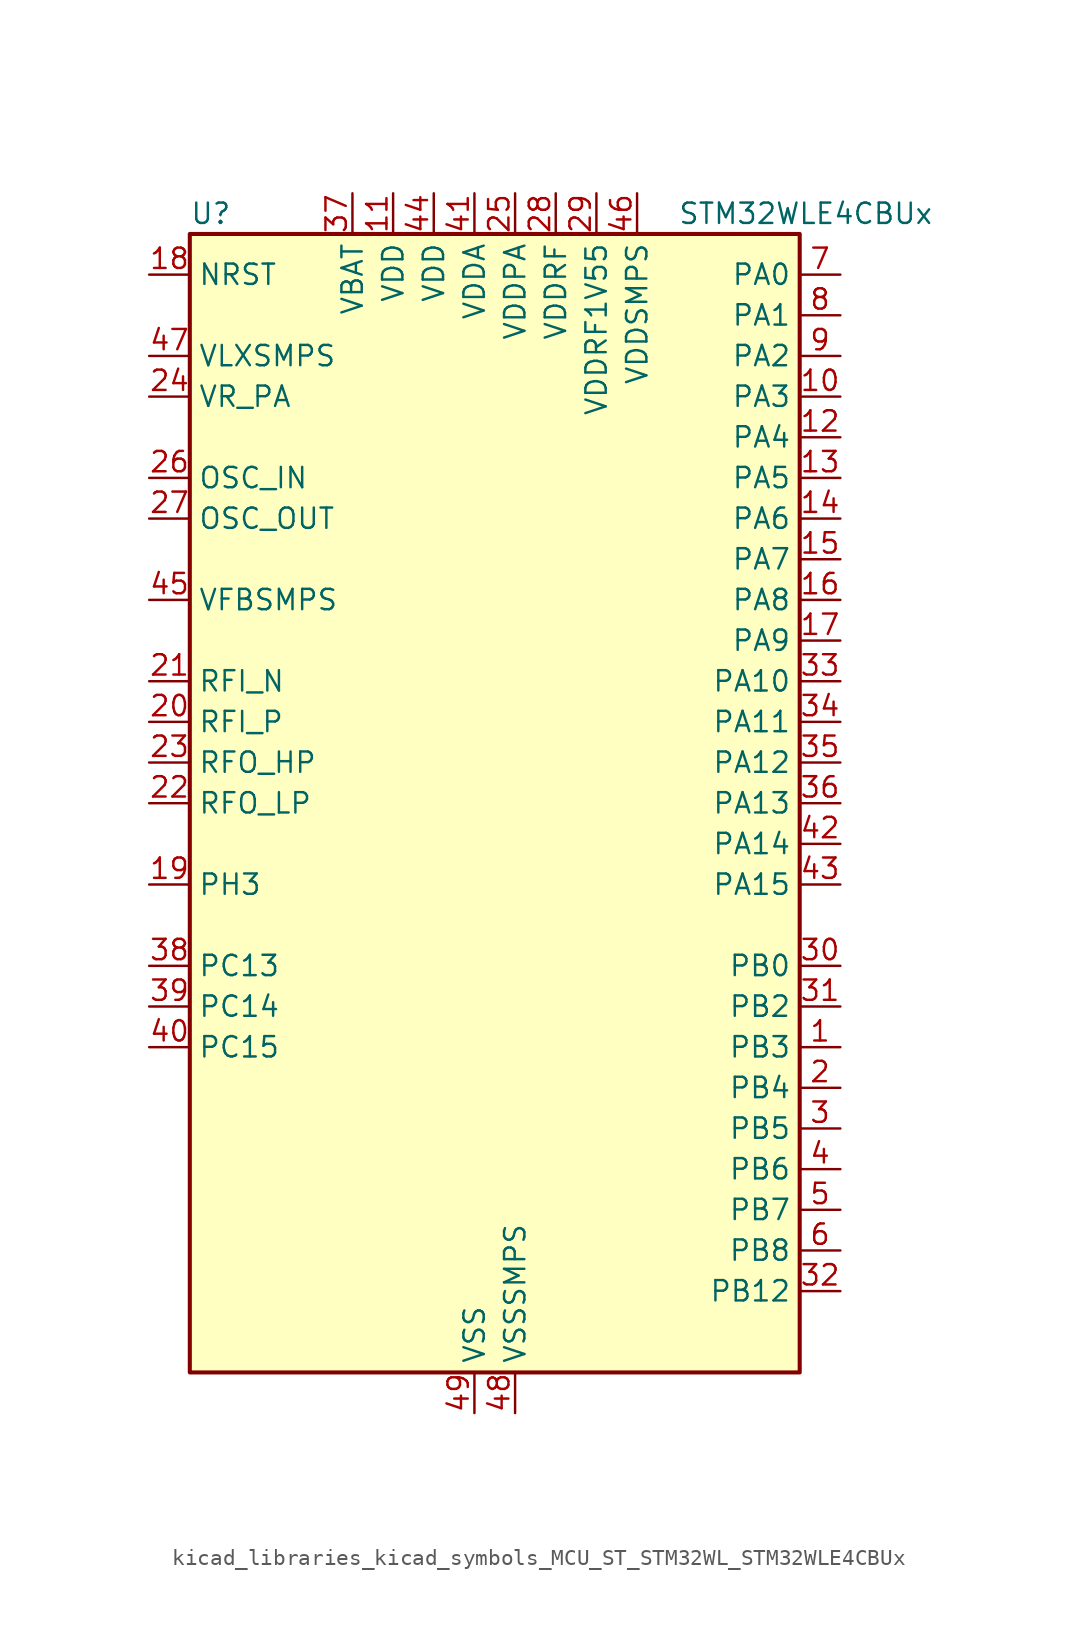
<source format=kicad_sym>
(kicad_symbol_lib
  (version 20220914)
  (generator kicad_symbol_editor)
  (symbol "kicad_libraries_kicad_symbols_MCU_ST_STM32WL_STM32WLE4CBUx"
    (property "Reference" "U"
      (at -17.78 36.83 0)
      (effects (font (size 1.27 1.27)) (justify left)))
    (property "Value" "STM32WLE4CBUx"
      (at 12.7 36.83 0)
      (effects (font (size 1.27 1.27)) (justify left)))
    (property "ki_locked" ""
      (at 0 0 0)
      (effects (font (size 1.27 1.27))))
    (symbol "kicad_libraries_kicad_symbols_MCU_ST_STM32WL_STM32WLE4CBUx_0_1"
      (rectangle (start -17.78 -35.56) (end 20.32 35.56) (stroke (width 0.254) (type default)) (fill (type background))))
    (symbol "kicad_libraries_kicad_symbols_MCU_ST_STM32WL_STM32WLE4CBUx_1_1"
      (pin bidirectional line (at 22.86 -15.24 180) (length 2.54) (name "PB3" (effects (font (size 1.27 1.27)))) (number "1" (effects (font (size 1.27 1.27)))) (alternate "ADC_IN2" bidirectional line) (alternate "COMP1_INM" bidirectional line) (alternate "COMP2_INM" bidirectional line) (alternate "DEBUG_JTDO-SWO" bidirectional line) (alternate "DEBUG_RF-DTB1" bidirectional line) (alternate "PWR_WKUP3" bidirectional line) (alternate "RTC_TAMP_IN3" bidirectional line) (alternate "SPI1_SCK" bidirectional line) (alternate "TIM2_CH2" bidirectional line) (alternate "USART1_DE" bidirectional line) (alternate "USART1_RTS" bidirectional line))
      (pin bidirectional line (at 22.86 25.4 180) (length 2.54) (name "PA3" (effects (font (size 1.27 1.27)))) (number "10" (effects (font (size 1.27 1.27)))) (alternate "I2S2_MCK" bidirectional line) (alternate "LPUART1_RX" bidirectional line) (alternate "TIM2_CH4" bidirectional line) (alternate "USART2_RX" bidirectional line))
      (pin power_in line (at -5.08 38.1 270) (length 2.54) (name "VDD" (effects (font (size 1.27 1.27)))) (number "11" (effects (font (size 1.27 1.27)))))
      (pin bidirectional line (at 22.86 22.86 180) (length 2.54) (name "PA4" (effects (font (size 1.27 1.27)))) (number "12" (effects (font (size 1.27 1.27)))) (alternate "DEBUG_SUBGHZSPI-NSSOUT" bidirectional line) (alternate "LPTIM1_OUT" bidirectional line) (alternate "LPTIM2_OUT" bidirectional line) (alternate "RTC_OUT2" bidirectional line) (alternate "SPI1_NSS" bidirectional line) (alternate "USART2_CK" bidirectional line))
      (pin bidirectional line (at 22.86 20.32 180) (length 2.54) (name "PA5" (effects (font (size 1.27 1.27)))) (number "13" (effects (font (size 1.27 1.27)))) (alternate "DEBUG_SUBGHZSPI-SCKOUT" bidirectional line) (alternate "LPTIM2_ETR" bidirectional line) (alternate "SPI1_SCK" bidirectional line) (alternate "SPI2_MISO" bidirectional line) (alternate "TIM2_CH1" bidirectional line) (alternate "TIM2_ETR" bidirectional line))
      (pin bidirectional line (at 22.86 17.78 180) (length 2.54) (name "PA6" (effects (font (size 1.27 1.27)))) (number "14" (effects (font (size 1.27 1.27)))) (alternate "DEBUG_SUBGHZSPI-MISOOUT" bidirectional line) (alternate "I2C2_SMBA" bidirectional line) (alternate "LPUART1_CTS" bidirectional line) (alternate "SPI1_MISO" bidirectional line) (alternate "TIM16_CH1" bidirectional line) (alternate "TIM1_BKIN" bidirectional line))
      (pin bidirectional line (at 22.86 15.24 180) (length 2.54) (name "PA7" (effects (font (size 1.27 1.27)))) (number "15" (effects (font (size 1.27 1.27)))) (alternate "COMP2_OUT" bidirectional line) (alternate "DEBUG_SUBGHZSPI-MOSIOUT" bidirectional line) (alternate "I2C3_SCL" bidirectional line) (alternate "SPI1_MOSI" bidirectional line) (alternate "TIM17_CH1" bidirectional line) (alternate "TIM1_CH1N" bidirectional line))
      (pin bidirectional line (at 22.86 12.7 180) (length 2.54) (name "PA8" (effects (font (size 1.27 1.27)))) (number "16" (effects (font (size 1.27 1.27)))) (alternate "I2S2_CK" bidirectional line) (alternate "LPTIM2_OUT" bidirectional line) (alternate "RCC_MCO" bidirectional line) (alternate "SPI2_SCK" bidirectional line) (alternate "TIM1_CH1" bidirectional line) (alternate "USART1_CK" bidirectional line))
      (pin bidirectional line (at 22.86 10.16 180) (length 2.54) (name "PA9" (effects (font (size 1.27 1.27)))) (number "17" (effects (font (size 1.27 1.27)))) (alternate "DAC_EXTI9" bidirectional line) (alternate "I2C1_SCL" bidirectional line) (alternate "I2S2_CK" bidirectional line) (alternate "I2S2_WS" bidirectional line) (alternate "SPI2_NSS" bidirectional line) (alternate "SPI2_SCK" bidirectional line) (alternate "TIM1_CH2" bidirectional line) (alternate "USART1_TX" bidirectional line))
      (pin input line (at -20.32 33.02 0) (length 2.54) (name "NRST" (effects (font (size 1.27 1.27)))) (number "18" (effects (font (size 1.27 1.27)))))
      (pin bidirectional line (at -20.32 -5.08 0) (length 2.54) (name "PH3" (effects (font (size 1.27 1.27)))) (number "19" (effects (font (size 1.27 1.27)))))
      (pin bidirectional line (at 22.86 -17.78 180) (length 2.54) (name "PB4" (effects (font (size 1.27 1.27)))) (number "2" (effects (font (size 1.27 1.27)))) (alternate "ADC_IN3" bidirectional line) (alternate "COMP1_INP" bidirectional line) (alternate "COMP2_INP" bidirectional line) (alternate "DEBUG_JTRST" bidirectional line) (alternate "DEBUG_RF-LDORDY" bidirectional line) (alternate "I2C3_SDA" bidirectional line) (alternate "SPI1_MISO" bidirectional line) (alternate "TIM17_BKIN" bidirectional line) (alternate "USART1_CTS" bidirectional line) (alternate "USART1_NSS" bidirectional line))
      (pin bidirectional line (at -20.32 5.08 0) (length 2.54) (name "RFI_P" (effects (font (size 1.27 1.27)))) (number "20" (effects (font (size 1.27 1.27)))))
      (pin bidirectional line (at -20.32 7.62 0) (length 2.54) (name "RFI_N" (effects (font (size 1.27 1.27)))) (number "21" (effects (font (size 1.27 1.27)))))
      (pin bidirectional line (at -20.32 0 0) (length 2.54) (name "RFO_LP" (effects (font (size 1.27 1.27)))) (number "22" (effects (font (size 1.27 1.27)))))
      (pin bidirectional line (at -20.32 2.54 0) (length 2.54) (name "RFO_HP" (effects (font (size 1.27 1.27)))) (number "23" (effects (font (size 1.27 1.27)))))
      (pin power_in line (at -20.32 25.4 0) (length 2.54) (name "VR_PA" (effects (font (size 1.27 1.27)))) (number "24" (effects (font (size 1.27 1.27)))))
      (pin power_in line (at 2.54 38.1 270) (length 2.54) (name "VDDPA" (effects (font (size 1.27 1.27)))) (number "25" (effects (font (size 1.27 1.27)))))
      (pin input line (at -20.32 20.32 0) (length 2.54) (name "OSC_IN" (effects (font (size 1.27 1.27)))) (number "26" (effects (font (size 1.27 1.27)))) (alternate "RCC_OSC_IN" bidirectional line))
      (pin input line (at -20.32 17.78 0) (length 2.54) (name "OSC_OUT" (effects (font (size 1.27 1.27)))) (number "27" (effects (font (size 1.27 1.27)))) (alternate "RCC_OSC_OUT" bidirectional line))
      (pin power_in line (at 5.08 38.1 270) (length 2.54) (name "VDDRF" (effects (font (size 1.27 1.27)))) (number "28" (effects (font (size 1.27 1.27)))))
      (pin power_in line (at 7.62 38.1 270) (length 2.54) (name "VDDRF1V55" (effects (font (size 1.27 1.27)))) (number "29" (effects (font (size 1.27 1.27)))))
      (pin bidirectional line (at 22.86 -20.32 180) (length 2.54) (name "PB5" (effects (font (size 1.27 1.27)))) (number "3" (effects (font (size 1.27 1.27)))) (alternate "COMP2_OUT" bidirectional line) (alternate "I2C1_SMBA" bidirectional line) (alternate "LPTIM1_IN1" bidirectional line) (alternate "SPI1_MOSI" bidirectional line) (alternate "TIM16_BKIN" bidirectional line) (alternate "USART1_CK" bidirectional line))
      (pin bidirectional line (at 22.86 -10.16 180) (length 2.54) (name "PB0" (effects (font (size 1.27 1.27)))) (number "30" (effects (font (size 1.27 1.27)))) (alternate "COMP1_OUT" bidirectional line) (alternate "VDDTCXO" bidirectional line))
      (pin bidirectional line (at 22.86 -12.7 180) (length 2.54) (name "PB2" (effects (font (size 1.27 1.27)))) (number "31" (effects (font (size 1.27 1.27)))) (alternate "ADC_IN4" bidirectional line) (alternate "COMP1_INP" bidirectional line) (alternate "COMP2_INM" bidirectional line) (alternate "DEBUG_RF-SMPSRDY" bidirectional line) (alternate "I2C3_SMBA" bidirectional line) (alternate "LPTIM1_OUT" bidirectional line) (alternate "SPI1_NSS" bidirectional line))
      (pin bidirectional line (at 22.86 -30.48 180) (length 2.54) (name "PB12" (effects (font (size 1.27 1.27)))) (number "32" (effects (font (size 1.27 1.27)))) (alternate "I2C3_SMBA" bidirectional line) (alternate "I2S2_WS" bidirectional line) (alternate "LPUART1_RTS" bidirectional line) (alternate "SPI2_NSS" bidirectional line) (alternate "TIM1_BKIN" bidirectional line))
      (pin bidirectional line (at 22.86 7.62 180) (length 2.54) (name "PA10" (effects (font (size 1.27 1.27)))) (number "33" (effects (font (size 1.27 1.27)))) (alternate "ADC_IN6" bidirectional line) (alternate "COMP1_INM" bidirectional line) (alternate "COMP2_INM" bidirectional line) (alternate "DAC_OUT1" bidirectional line) (alternate "DEBUG_RF-HSE32RDY" bidirectional line) (alternate "I2C1_SDA" bidirectional line) (alternate "I2S2_SD" bidirectional line) (alternate "RTC_REFIN" bidirectional line) (alternate "SPI2_MOSI" bidirectional line) (alternate "TIM17_BKIN" bidirectional line) (alternate "TIM1_CH3" bidirectional line) (alternate "USART1_RX" bidirectional line))
      (pin bidirectional line (at 22.86 5.08 180) (length 2.54) (name "PA11" (effects (font (size 1.27 1.27)))) (number "34" (effects (font (size 1.27 1.27)))) (alternate "ADC_EXTI11" bidirectional line) (alternate "ADC_IN7" bidirectional line) (alternate "COMP1_INM" bidirectional line) (alternate "COMP2_INM" bidirectional line) (alternate "DEBUG_RF-NRESET" bidirectional line) (alternate "I2C2_SDA" bidirectional line) (alternate "LPTIM3_ETR" bidirectional line) (alternate "SPI1_MISO" bidirectional line) (alternate "TIM1_BKIN2" bidirectional line) (alternate "TIM1_CH4" bidirectional line) (alternate "USART1_CTS" bidirectional line) (alternate "USART1_NSS" bidirectional line))
      (pin bidirectional line (at 22.86 2.54 180) (length 2.54) (name "PA12" (effects (font (size 1.27 1.27)))) (number "35" (effects (font (size 1.27 1.27)))) (alternate "ADC_IN8" bidirectional line) (alternate "DEBUG_RF-BUSY" bidirectional line) (alternate "I2C2_SCL" bidirectional line) (alternate "LPTIM3_IN1" bidirectional line) (alternate "SPI1_MOSI" bidirectional line) (alternate "TIM1_ETR" bidirectional line) (alternate "USART1_DE" bidirectional line) (alternate "USART1_RTS" bidirectional line))
      (pin bidirectional line (at 22.86 0 180) (length 2.54) (name "PA13" (effects (font (size 1.27 1.27)))) (number "36" (effects (font (size 1.27 1.27)))) (alternate "ADC_IN9" bidirectional line) (alternate "DEBUG_JTMS-SWDIO" bidirectional line) (alternate "I2C2_SMBA" bidirectional line) (alternate "IR_OUT" bidirectional line))
      (pin power_in line (at -7.62 38.1 270) (length 2.54) (name "VBAT" (effects (font (size 1.27 1.27)))) (number "37" (effects (font (size 1.27 1.27)))))
      (pin bidirectional line (at -20.32 -10.16 0) (length 2.54) (name "PC13" (effects (font (size 1.27 1.27)))) (number "38" (effects (font (size 1.27 1.27)))) (alternate "PWR_WKUP2" bidirectional line) (alternate "RTC_OUT1" bidirectional line) (alternate "RTC_TAMP_IN1" bidirectional line) (alternate "RTC_TS" bidirectional line))
      (pin bidirectional line (at -20.32 -12.7 0) (length 2.54) (name "PC14" (effects (font (size 1.27 1.27)))) (number "39" (effects (font (size 1.27 1.27)))) (alternate "RCC_OSC32_IN" bidirectional line))
      (pin bidirectional line (at 22.86 -22.86 180) (length 2.54) (name "PB6" (effects (font (size 1.27 1.27)))) (number "4" (effects (font (size 1.27 1.27)))) (alternate "I2C1_SCL" bidirectional line) (alternate "LPTIM1_ETR" bidirectional line) (alternate "TIM16_CH1N" bidirectional line) (alternate "USART1_TX" bidirectional line))
      (pin bidirectional line (at -20.32 -15.24 0) (length 2.54) (name "PC15" (effects (font (size 1.27 1.27)))) (number "40" (effects (font (size 1.27 1.27)))) (alternate "RCC_OSC32_OUT" bidirectional line))
      (pin power_in line (at 0 38.1 270) (length 2.54) (name "VDDA" (effects (font (size 1.27 1.27)))) (number "41" (effects (font (size 1.27 1.27)))))
      (pin bidirectional line (at 22.86 -2.54 180) (length 2.54) (name "PA14" (effects (font (size 1.27 1.27)))) (number "42" (effects (font (size 1.27 1.27)))) (alternate "ADC_IN10" bidirectional line) (alternate "DEBUG_JTCK-SWCLK" bidirectional line) (alternate "I2C1_SMBA" bidirectional line) (alternate "LPTIM1_OUT" bidirectional line))
      (pin bidirectional line (at 22.86 -5.08 180) (length 2.54) (name "PA15" (effects (font (size 1.27 1.27)))) (number "43" (effects (font (size 1.27 1.27)))) (alternate "ADC_IN11" bidirectional line) (alternate "COMP1_INM" bidirectional line) (alternate "COMP2_INP" bidirectional line) (alternate "DEBUG_JTDI" bidirectional line) (alternate "I2C2_SDA" bidirectional line) (alternate "SPI1_NSS" bidirectional line) (alternate "TIM2_CH1" bidirectional line) (alternate "TIM2_ETR" bidirectional line))
      (pin power_in line (at -2.54 38.1 270) (length 2.54) (name "VDD" (effects (font (size 1.27 1.27)))) (number "44" (effects (font (size 1.27 1.27)))))
      (pin input line (at -20.32 12.7 0) (length 2.54) (name "VFBSMPS" (effects (font (size 1.27 1.27)))) (number "45" (effects (font (size 1.27 1.27)))))
      (pin power_in line (at 10.16 38.1 270) (length 2.54) (name "VDDSMPS" (effects (font (size 1.27 1.27)))) (number "46" (effects (font (size 1.27 1.27)))))
      (pin power_in line (at -20.32 27.94 0) (length 2.54) (name "VLXSMPS" (effects (font (size 1.27 1.27)))) (number "47" (effects (font (size 1.27 1.27)))))
      (pin power_in line (at 2.54 -38.1 90) (length 2.54) (name "VSSSMPS" (effects (font (size 1.27 1.27)))) (number "48" (effects (font (size 1.27 1.27)))))
      (pin power_in line (at 0 -38.1 90) (length 2.54) (name "VSS" (effects (font (size 1.27 1.27)))) (number "49" (effects (font (size 1.27 1.27)))))
      (pin bidirectional line (at 22.86 -25.4 180) (length 2.54) (name "PB7" (effects (font (size 1.27 1.27)))) (number "5" (effects (font (size 1.27 1.27)))) (alternate "I2C1_SDA" bidirectional line) (alternate "LPTIM1_IN2" bidirectional line) (alternate "PWR_PVD_IN" bidirectional line) (alternate "TIM17_CH1N" bidirectional line) (alternate "TIM1_BKIN" bidirectional line) (alternate "USART1_RX" bidirectional line))
      (pin bidirectional line (at 22.86 -27.94 180) (length 2.54) (name "PB8" (effects (font (size 1.27 1.27)))) (number "6" (effects (font (size 1.27 1.27)))) (alternate "I2C1_SCL" bidirectional line) (alternate "TIM16_CH1" bidirectional line) (alternate "TIM1_CH2N" bidirectional line))
      (pin bidirectional line (at 22.86 33.02 180) (length 2.54) (name "PA0" (effects (font (size 1.27 1.27)))) (number "7" (effects (font (size 1.27 1.27)))) (alternate "COMP1_OUT" bidirectional line) (alternate "DEBUG_PWR-REGLP1S" bidirectional line) (alternate "I2C3_SMBA" bidirectional line) (alternate "I2S_CKIN" bidirectional line) (alternate "PWR_WKUP1" bidirectional line) (alternate "RTC_TAMP_IN2" bidirectional line) (alternate "TIM2_CH1" bidirectional line) (alternate "TIM2_ETR" bidirectional line) (alternate "USART2_CTS" bidirectional line) (alternate "USART2_NSS" bidirectional line))
      (pin bidirectional line (at 22.86 30.48 180) (length 2.54) (name "PA1" (effects (font (size 1.27 1.27)))) (number "8" (effects (font (size 1.27 1.27)))) (alternate "DEBUG_PWR-REGLP2S" bidirectional line) (alternate "I2C1_SMBA" bidirectional line) (alternate "LPTIM3_OUT" bidirectional line) (alternate "LPUART1_RTS" bidirectional line) (alternate "SPI1_SCK" bidirectional line) (alternate "TIM2_CH2" bidirectional line) (alternate "USART2_DE" bidirectional line) (alternate "USART2_RTS" bidirectional line))
      (pin bidirectional line (at 22.86 27.94 180) (length 2.54) (name "PA2" (effects (font (size 1.27 1.27)))) (number "9" (effects (font (size 1.27 1.27)))) (alternate "COMP2_OUT" bidirectional line) (alternate "DEBUG_PWR-LDORDY" bidirectional line) (alternate "LPUART1_TX" bidirectional line) (alternate "RCC_LSCO" bidirectional line) (alternate "TIM2_CH3" bidirectional line) (alternate "USART2_TX" bidirectional line)))))
</source>
